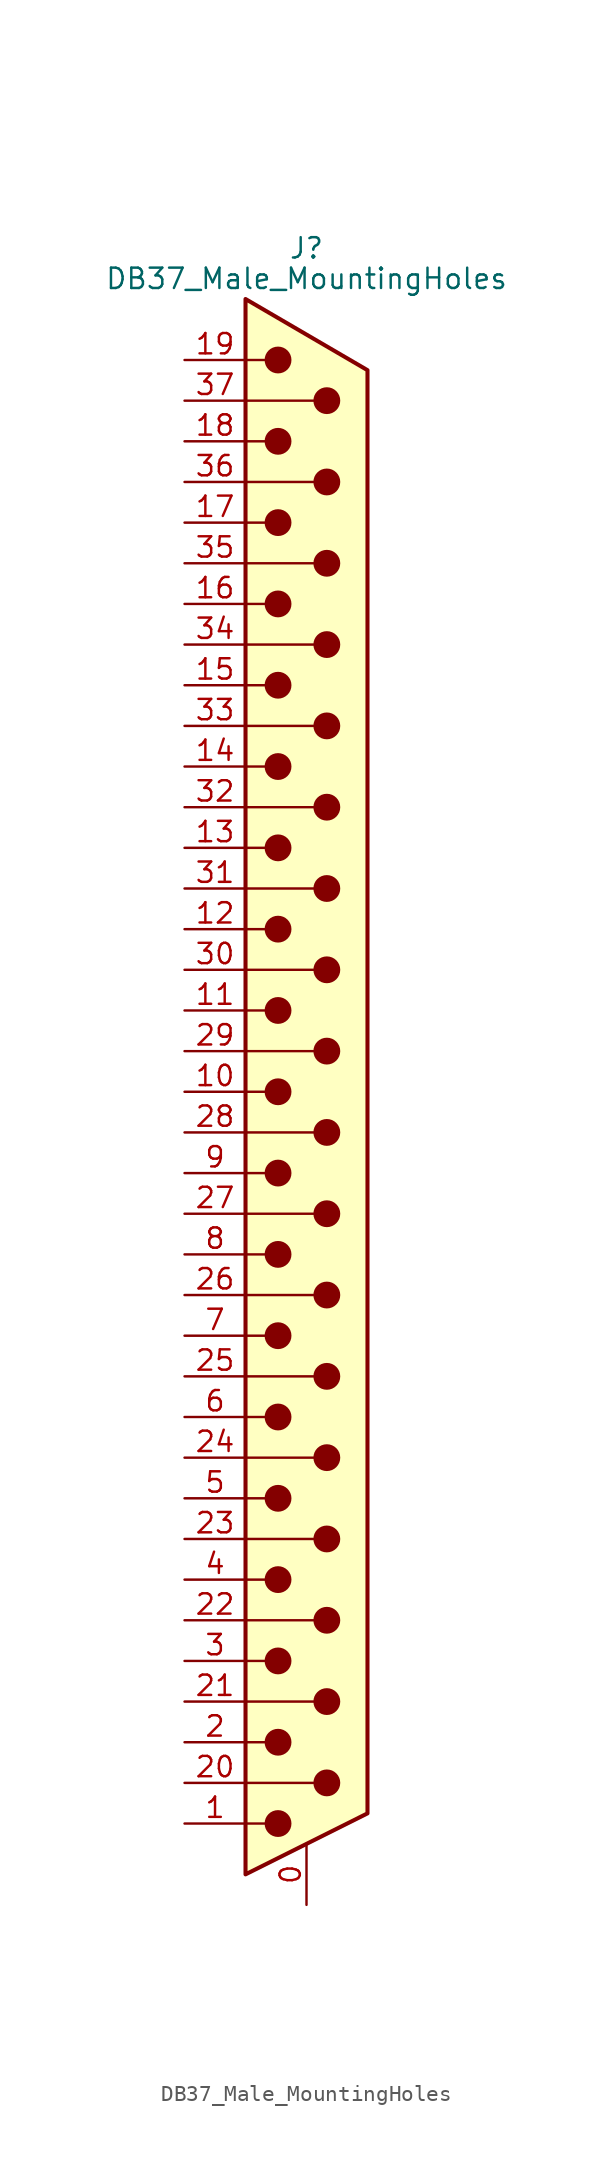
<source format=kicad_sym>
(kicad_symbol_lib
  (version 20220914)
  (generator kicad_symbol_editor)
  (symbol "DB37_Male_MountingHoles"
    (pin_names
      (offset 1.016) hide)
    (property "Reference" "J"
      (at 0 52.705 0)
      (effects (font (size 1.27 1.27))))
    (property "Value" "DB37_Male_MountingHoles"
      (at 0 50.8 0)
      (effects (font (size 1.27 1.27))))
    (symbol "DB37_Male_MountingHoles_0_1"
      (circle (center -1.778 -45.72) (radius 0.762) (stroke (width 0) (type solid)) (fill (type outline)))
      (circle (center -1.778 -40.64) (radius 0.762) (stroke (width 0) (type solid)) (fill (type outline)))
      (circle (center -1.778 -35.56) (radius 0.762) (stroke (width 0) (type solid)) (fill (type outline)))
      (circle (center -1.778 -30.48) (radius 0.762) (stroke (width 0) (type solid)) (fill (type outline)))
      (circle (center -1.778 -25.4) (radius 0.762) (stroke (width 0) (type solid)) (fill (type outline)))
      (circle (center -1.778 -20.32) (radius 0.762) (stroke (width 0) (type solid)) (fill (type outline)))
      (circle (center -1.778 -15.24) (radius 0.762) (stroke (width 0) (type solid)) (fill (type outline)))
      (circle (center -1.778 -10.16) (radius 0.762) (stroke (width 0) (type solid)) (fill (type outline)))
      (circle (center -1.778 -5.08) (radius 0.762) (stroke (width 0) (type solid)) (fill (type outline)))
      (circle (center -1.778 0) (radius 0.762) (stroke (width 0) (type solid)) (fill (type outline)))
      (circle (center -1.778 5.08) (radius 0.762) (stroke (width 0) (type solid)) (fill (type outline)))
      (circle (center -1.778 10.16) (radius 0.762) (stroke (width 0) (type solid)) (fill (type outline)))
      (circle (center -1.778 15.24) (radius 0.762) (stroke (width 0) (type solid)) (fill (type outline)))
      (circle (center -1.778 20.32) (radius 0.762) (stroke (width 0) (type solid)) (fill (type outline)))
      (circle (center -1.778 25.4) (radius 0.762) (stroke (width 0) (type solid)) (fill (type outline)))
      (circle (center -1.778 30.48) (radius 0.762) (stroke (width 0) (type solid)) (fill (type outline)))
      (circle (center -1.778 35.56) (radius 0.762) (stroke (width 0) (type solid)) (fill (type outline)))
      (circle (center -1.778 40.64) (radius 0.762) (stroke (width 0) (type solid)) (fill (type outline)))
      (circle (center -1.778 45.72) (radius 0.762) (stroke (width 0) (type solid)) (fill (type outline)))
      (polyline (pts (xy -3.81 -45.72) (xy -2.54 -45.72)) (stroke (width 0) (type solid)) (fill (type none)))
      (polyline (pts (xy -3.81 -43.18) (xy 0.508 -43.18)) (stroke (width 0) (type solid)) (fill (type none)))
      (polyline (pts (xy -3.81 -40.64) (xy -2.54 -40.64)) (stroke (width 0) (type solid)) (fill (type none)))
      (polyline (pts (xy -3.81 -38.1) (xy 0.508 -38.1)) (stroke (width 0) (type solid)) (fill (type none)))
      (polyline (pts (xy -3.81 -35.56) (xy -2.54 -35.56)) (stroke (width 0) (type solid)) (fill (type none)))
      (polyline (pts (xy -3.81 -33.02) (xy 0.508 -33.02)) (stroke (width 0) (type solid)) (fill (type none)))
      (polyline (pts (xy -3.81 -30.48) (xy -2.54 -30.48)) (stroke (width 0) (type solid)) (fill (type none)))
      (polyline (pts (xy -3.81 -27.94) (xy 0.508 -27.94)) (stroke (width 0) (type solid)) (fill (type none)))
      (polyline (pts (xy -3.81 -25.4) (xy -2.54 -25.4)) (stroke (width 0) (type solid)) (fill (type none)))
      (polyline (pts (xy -3.81 -22.86) (xy 0.508 -22.86)) (stroke (width 0) (type solid)) (fill (type none)))
      (polyline (pts (xy -3.81 -20.32) (xy -2.54 -20.32)) (stroke (width 0) (type solid)) (fill (type none)))
      (polyline (pts (xy -3.81 -17.78) (xy 0.508 -17.78)) (stroke (width 0) (type solid)) (fill (type none)))
      (polyline (pts (xy -3.81 -15.24) (xy -2.54 -15.24)) (stroke (width 0) (type solid)) (fill (type none)))
      (polyline (pts (xy -3.81 -12.7) (xy 0.508 -12.7)) (stroke (width 0) (type solid)) (fill (type none)))
      (polyline (pts (xy -3.81 -10.16) (xy -2.54 -10.16)) (stroke (width 0) (type solid)) (fill (type none)))
      (polyline (pts (xy -3.81 -7.62) (xy 0.508 -7.62)) (stroke (width 0) (type solid)) (fill (type none)))
      (polyline (pts (xy -3.81 -5.08) (xy -2.54 -5.08)) (stroke (width 0) (type solid)) (fill (type none)))
      (polyline (pts (xy -3.81 -2.54) (xy 0.508 -2.54)) (stroke (width 0) (type solid)) (fill (type none)))
      (polyline (pts (xy -3.81 0) (xy -2.54 0)) (stroke (width 0) (type solid)) (fill (type none)))
      (polyline (pts (xy -3.81 2.54) (xy 0.508 2.54)) (stroke (width 0) (type solid)) (fill (type none)))
      (polyline (pts (xy -3.81 5.08) (xy -2.54 5.08)) (stroke (width 0) (type solid)) (fill (type none)))
      (polyline (pts (xy -3.81 7.62) (xy 0.508 7.62)) (stroke (width 0) (type solid)) (fill (type none)))
      (polyline (pts (xy -3.81 10.16) (xy -2.54 10.16)) (stroke (width 0) (type solid)) (fill (type none)))
      (polyline (pts (xy -3.81 12.7) (xy 0.508 12.7)) (stroke (width 0) (type solid)) (fill (type none)))
      (polyline (pts (xy -3.81 15.24) (xy -2.54 15.24)) (stroke (width 0) (type solid)) (fill (type none)))
      (polyline (pts (xy -3.81 17.78) (xy 0.508 17.78)) (stroke (width 0) (type solid)) (fill (type none)))
      (polyline (pts (xy -3.81 20.32) (xy -2.54 20.32)) (stroke (width 0) (type solid)) (fill (type none)))
      (polyline (pts (xy -3.81 22.86) (xy 0.508 22.86)) (stroke (width 0) (type solid)) (fill (type none)))
      (polyline (pts (xy -3.81 25.4) (xy -2.54 25.4)) (stroke (width 0) (type solid)) (fill (type none)))
      (polyline (pts (xy -3.81 27.94) (xy 0.508 27.94)) (stroke (width 0) (type solid)) (fill (type none)))
      (polyline (pts (xy -3.81 30.48) (xy -2.54 30.48)) (stroke (width 0) (type solid)) (fill (type none)))
      (polyline (pts (xy -3.81 33.02) (xy 0.508 33.02)) (stroke (width 0) (type solid)) (fill (type none)))
      (polyline (pts (xy -3.81 35.56) (xy -2.54 35.56)) (stroke (width 0) (type solid)) (fill (type none)))
      (polyline (pts (xy -3.81 38.1) (xy 0.508 38.1)) (stroke (width 0) (type solid)) (fill (type none)))
      (polyline (pts (xy -3.81 40.64) (xy -2.54 40.64)) (stroke (width 0) (type solid)) (fill (type none)))
      (polyline (pts (xy -3.81 43.18) (xy 0.508 43.18)) (stroke (width 0) (type solid)) (fill (type none)))
      (polyline (pts (xy -3.81 45.72) (xy -2.54 45.72)) (stroke (width 0) (type solid)) (fill (type none)))
      (polyline (pts (xy -3.81 49.53) (xy 3.81 45.085) (xy 3.81 -45.085) (xy -3.81 -48.895) (xy -3.81 49.53)) (stroke (width 0.254) (type solid)) (fill (type background)))
      (circle (center 1.27 -43.18) (radius 0.762) (stroke (width 0) (type solid)) (fill (type outline)))
      (circle (center 1.27 -38.1) (radius 0.762) (stroke (width 0) (type solid)) (fill (type outline)))
      (circle (center 1.27 -33.02) (radius 0.762) (stroke (width 0) (type solid)) (fill (type outline)))
      (circle (center 1.27 -27.94) (radius 0.762) (stroke (width 0) (type solid)) (fill (type outline)))
      (circle (center 1.27 -22.86) (radius 0.762) (stroke (width 0) (type solid)) (fill (type outline)))
      (circle (center 1.27 -17.78) (radius 0.762) (stroke (width 0) (type solid)) (fill (type outline)))
      (circle (center 1.27 -12.7) (radius 0.762) (stroke (width 0) (type solid)) (fill (type outline)))
      (circle (center 1.27 -7.62) (radius 0.762) (stroke (width 0) (type solid)) (fill (type outline)))
      (circle (center 1.27 -2.54) (radius 0.762) (stroke (width 0) (type solid)) (fill (type outline)))
      (circle (center 1.27 2.54) (radius 0.762) (stroke (width 0) (type solid)) (fill (type outline)))
      (circle (center 1.27 7.62) (radius 0.762) (stroke (width 0) (type solid)) (fill (type outline)))
      (circle (center 1.27 12.7) (radius 0.762) (stroke (width 0) (type solid)) (fill (type outline)))
      (circle (center 1.27 17.78) (radius 0.762) (stroke (width 0) (type solid)) (fill (type outline)))
      (circle (center 1.27 22.86) (radius 0.762) (stroke (width 0) (type solid)) (fill (type outline)))
      (circle (center 1.27 27.94) (radius 0.762) (stroke (width 0) (type solid)) (fill (type outline)))
      (circle (center 1.27 33.02) (radius 0.762) (stroke (width 0) (type solid)) (fill (type outline)))
      (circle (center 1.27 38.1) (radius 0.762) (stroke (width 0) (type solid)) (fill (type outline)))
      (circle (center 1.27 43.18) (radius 0.762) (stroke (width 0) (type solid)) (fill (type outline))))
    (symbol "DB37_Male_MountingHoles_1_1"
      (pin passive line (at 0 -50.8 90) (length 3.81) (name "PAD" (effects (font (size 1.27 1.27)))) (number "0" (effects (font (size 1.27 1.27)))))
      (pin passive line (at -7.62 -45.72 0) (length 3.81) (name "1" (effects (font (size 1.27 1.27)))) (number "1" (effects (font (size 1.27 1.27)))))
      (pin passive line (at -7.62 0 0) (length 3.81) (name "10" (effects (font (size 1.27 1.27)))) (number "10" (effects (font (size 1.27 1.27)))))
      (pin passive line (at -7.62 5.08 0) (length 3.81) (name "11" (effects (font (size 1.27 1.27)))) (number "11" (effects (font (size 1.27 1.27)))))
      (pin passive line (at -7.62 10.16 0) (length 3.81) (name "12" (effects (font (size 1.27 1.27)))) (number "12" (effects (font (size 1.27 1.27)))))
      (pin passive line (at -7.62 15.24 0) (length 3.81) (name "13" (effects (font (size 1.27 1.27)))) (number "13" (effects (font (size 1.27 1.27)))))
      (pin passive line (at -7.62 20.32 0) (length 3.81) (name "14" (effects (font (size 1.27 1.27)))) (number "14" (effects (font (size 1.27 1.27)))))
      (pin passive line (at -7.62 25.4 0) (length 3.81) (name "15" (effects (font (size 1.27 1.27)))) (number "15" (effects (font (size 1.27 1.27)))))
      (pin passive line (at -7.62 30.48 0) (length 3.81) (name "16" (effects (font (size 1.27 1.27)))) (number "16" (effects (font (size 1.27 1.27)))))
      (pin passive line (at -7.62 35.56 0) (length 3.81) (name "17" (effects (font (size 1.27 1.27)))) (number "17" (effects (font (size 1.27 1.27)))))
      (pin passive line (at -7.62 40.64 0) (length 3.81) (name "18" (effects (font (size 1.27 1.27)))) (number "18" (effects (font (size 1.27 1.27)))))
      (pin passive line (at -7.62 45.72 0) (length 3.81) (name "19" (effects (font (size 1.27 1.27)))) (number "19" (effects (font (size 1.27 1.27)))))
      (pin passive line (at -7.62 -40.64 0) (length 3.81) (name "2" (effects (font (size 1.27 1.27)))) (number "2" (effects (font (size 1.27 1.27)))))
      (pin passive line (at -7.62 -43.18 0) (length 3.81) (name "20" (effects (font (size 1.27 1.27)))) (number "20" (effects (font (size 1.27 1.27)))))
      (pin passive line (at -7.62 -38.1 0) (length 3.81) (name "21" (effects (font (size 1.27 1.27)))) (number "21" (effects (font (size 1.27 1.27)))))
      (pin passive line (at -7.62 -33.02 0) (length 3.81) (name "22" (effects (font (size 1.27 1.27)))) (number "22" (effects (font (size 1.27 1.27)))))
      (pin passive line (at -7.62 -27.94 0) (length 3.81) (name "23" (effects (font (size 1.27 1.27)))) (number "23" (effects (font (size 1.27 1.27)))))
      (pin passive line (at -7.62 -22.86 0) (length 3.81) (name "24" (effects (font (size 1.27 1.27)))) (number "24" (effects (font (size 1.27 1.27)))))
      (pin passive line (at -7.62 -17.78 0) (length 3.81) (name "25" (effects (font (size 1.27 1.27)))) (number "25" (effects (font (size 1.27 1.27)))))
      (pin passive line (at -7.62 -12.7 0) (length 3.81) (name "26" (effects (font (size 1.27 1.27)))) (number "26" (effects (font (size 1.27 1.27)))))
      (pin passive line (at -7.62 -7.62 0) (length 3.81) (name "27" (effects (font (size 1.27 1.27)))) (number "27" (effects (font (size 1.27 1.27)))))
      (pin passive line (at -7.62 -2.54 0) (length 3.81) (name "28" (effects (font (size 1.27 1.27)))) (number "28" (effects (font (size 1.27 1.27)))))
      (pin passive line (at -7.62 2.54 0) (length 3.81) (name "29" (effects (font (size 1.27 1.27)))) (number "29" (effects (font (size 1.27 1.27)))))
      (pin passive line (at -7.62 -35.56 0) (length 3.81) (name "3" (effects (font (size 1.27 1.27)))) (number "3" (effects (font (size 1.27 1.27)))))
      (pin passive line (at -7.62 7.62 0) (length 3.81) (name "30" (effects (font (size 1.27 1.27)))) (number "30" (effects (font (size 1.27 1.27)))))
      (pin passive line (at -7.62 12.7 0) (length 3.81) (name "31" (effects (font (size 1.27 1.27)))) (number "31" (effects (font (size 1.27 1.27)))))
      (pin passive line (at -7.62 17.78 0) (length 3.81) (name "32" (effects (font (size 1.27 1.27)))) (number "32" (effects (font (size 1.27 1.27)))))
      (pin passive line (at -7.62 22.86 0) (length 3.81) (name "33" (effects (font (size 1.27 1.27)))) (number "33" (effects (font (size 1.27 1.27)))))
      (pin passive line (at -7.62 27.94 0) (length 3.81) (name "34" (effects (font (size 1.27 1.27)))) (number "34" (effects (font (size 1.27 1.27)))))
      (pin passive line (at -7.62 33.02 0) (length 3.81) (name "35" (effects (font (size 1.27 1.27)))) (number "35" (effects (font (size 1.27 1.27)))))
      (pin passive line (at -7.62 38.1 0) (length 3.81) (name "36" (effects (font (size 1.27 1.27)))) (number "36" (effects (font (size 1.27 1.27)))))
      (pin passive line (at -7.62 43.18 0) (length 3.81) (name "37" (effects (font (size 1.27 1.27)))) (number "37" (effects (font (size 1.27 1.27)))))
      (pin passive line (at -7.62 -30.48 0) (length 3.81) (name "4" (effects (font (size 1.27 1.27)))) (number "4" (effects (font (size 1.27 1.27)))))
      (pin passive line (at -7.62 -25.4 0) (length 3.81) (name "5" (effects (font (size 1.27 1.27)))) (number "5" (effects (font (size 1.27 1.27)))))
      (pin passive line (at -7.62 -20.32 0) (length 3.81) (name "6" (effects (font (size 1.27 1.27)))) (number "6" (effects (font (size 1.27 1.27)))))
      (pin passive line (at -7.62 -15.24 0) (length 3.81) (name "7" (effects (font (size 1.27 1.27)))) (number "7" (effects (font (size 1.27 1.27)))))
      (pin passive line (at -7.62 -10.16 0) (length 3.81) (name "8" (effects (font (size 1.27 1.27)))) (number "8" (effects (font (size 1.27 1.27)))))
      (pin passive line (at -7.62 -5.08 0) (length 3.81) (name "9" (effects (font (size 1.27 1.27)))) (number "9" (effects (font (size 1.27 1.27))))))))
</source>
